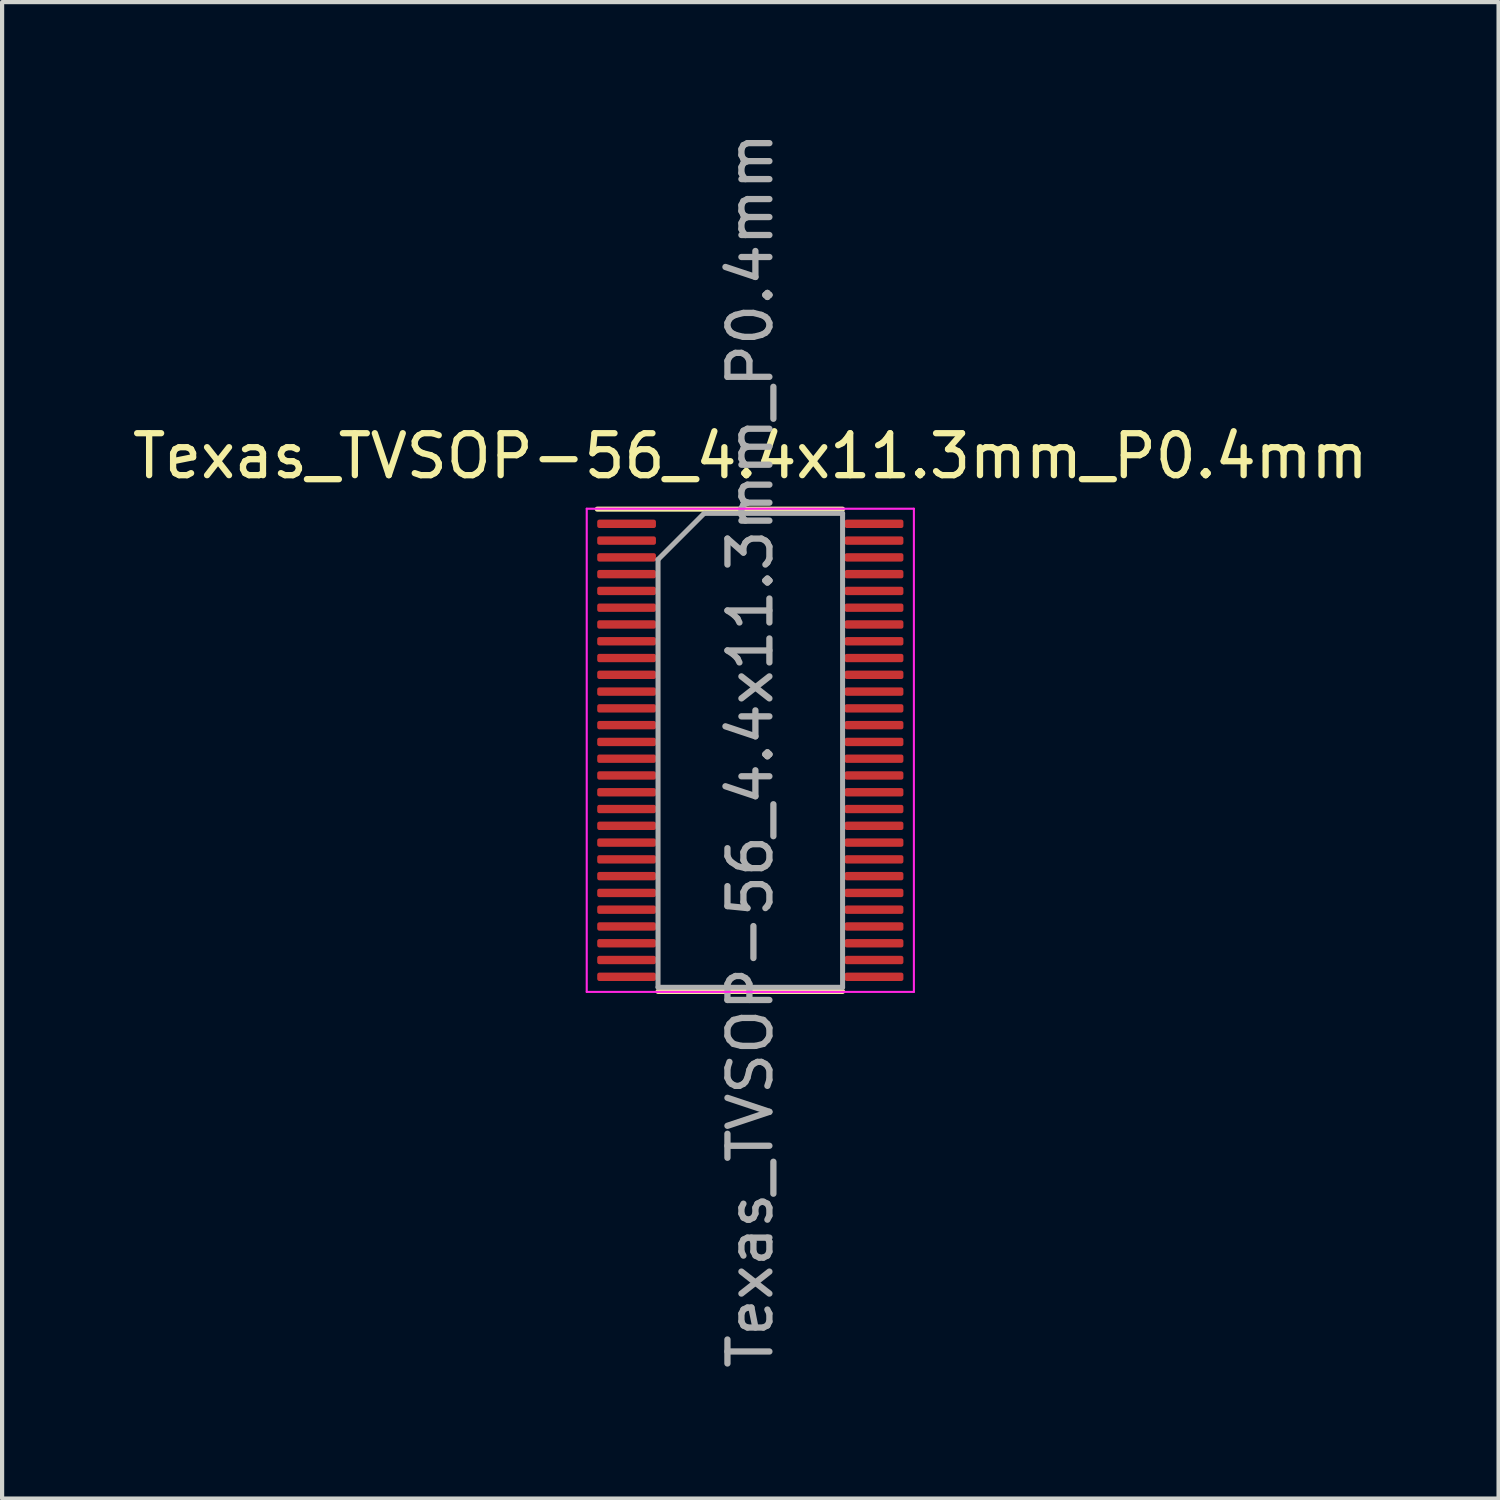
<source format=kicad_pcb>
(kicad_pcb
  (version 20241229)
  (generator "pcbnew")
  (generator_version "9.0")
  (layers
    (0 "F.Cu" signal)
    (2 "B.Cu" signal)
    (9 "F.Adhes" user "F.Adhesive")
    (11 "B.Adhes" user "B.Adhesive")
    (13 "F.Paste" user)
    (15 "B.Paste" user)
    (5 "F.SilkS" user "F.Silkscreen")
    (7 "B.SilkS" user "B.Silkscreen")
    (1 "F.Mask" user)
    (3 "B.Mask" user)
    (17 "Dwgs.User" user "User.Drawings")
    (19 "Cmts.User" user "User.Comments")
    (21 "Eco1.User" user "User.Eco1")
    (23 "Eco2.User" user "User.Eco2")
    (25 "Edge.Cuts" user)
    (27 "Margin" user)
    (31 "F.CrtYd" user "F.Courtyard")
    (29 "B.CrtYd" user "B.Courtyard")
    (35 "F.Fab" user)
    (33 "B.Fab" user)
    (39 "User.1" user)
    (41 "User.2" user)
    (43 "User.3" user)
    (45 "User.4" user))
  (footprint "Texas_TVSOP-56_4.4x11.3mm_P0.4mm"
    (layer "F.Cu")
    (at 14.839 14.839)
    (property "Reference" "Texas_TVSOP-56_4.4x11.3mm_P0.4mm" (at 0 -7.015 0) (layer "F.SilkS") (effects (font (size 1 1) (thickness 0.15))))
    (attr smd)
    (fp_line (start -3.65 -5.75) (end 2.2 -5.75) (stroke (width 0.12) (type solid)) (layer "F.SilkS"))
    (fp_line (start 2.2 5.75) (end -2.2 5.75) (stroke (width 0.12) (type solid)) (layer "F.SilkS"))
    (fp_line (start -3.9 -5.76) (end 3.9 -5.76) (stroke (width 0.05) (type solid)) (layer "F.CrtYd"))
    (fp_line (start -3.9 5.76) (end -3.9 -5.76) (stroke (width 0.05) (type solid)) (layer "F.CrtYd"))
    (fp_line (start 3.9 -5.76) (end 3.9 5.76) (stroke (width 0.05) (type solid)) (layer "F.CrtYd"))
    (fp_line (start 3.9 5.76) (end -3.9 5.76) (stroke (width 0.05) (type solid)) (layer "F.CrtYd"))
    (fp_line (start -2.2 -4.55) (end -1.1 -5.65) (stroke (width 0.12) (type solid)) (layer "F.Fab"))
    (fp_line (start -2.2 5.65) (end -2.2 -4.55) (stroke (width 0.12) (type solid)) (layer "F.Fab"))
    (fp_line (start -1.1 -5.65) (end 2.2 -5.65) (stroke (width 0.12) (type solid)) (layer "F.Fab"))
    (fp_line (start 2.2 -5.65) (end 2.2 5.65) (stroke (width 0.12) (type solid)) (layer "F.Fab"))
    (fp_line (start 2.2 5.65) (end -2.2 5.65) (stroke (width 0.12) (type solid)) (layer "F.Fab"))
    (fp_text user "${REFERENCE}" (at 0 0 270) (layer "F.Fab") (effects (font (size 1 1) (thickness 0.15))))
    (pad "1" smd roundrect (at -2.95 -5.4 270) (size 0.2 1.4) (layers "F.Cu" "F.Mask" "F.Paste") (roundrect_rratio 0.25))
    (pad "2" smd roundrect (at -2.95 -5 270) (size 0.2 1.4) (layers "F.Cu" "F.Mask" "F.Paste") (roundrect_rratio 0.25))
    (pad "3" smd roundrect (at -2.95 -4.6 270) (size 0.2 1.4) (layers "F.Cu" "F.Mask" "F.Paste") (roundrect_rratio 0.25))
    (pad "4" smd roundrect (at -2.95 -4.2 270) (size 0.2 1.4) (layers "F.Cu" "F.Mask" "F.Paste") (roundrect_rratio 0.25))
    (pad "5" smd roundrect (at -2.95 -3.8 270) (size 0.2 1.4) (layers "F.Cu" "F.Mask" "F.Paste") (roundrect_rratio 0.25))
    (pad "6" smd roundrect (at -2.95 -3.4 270) (size 0.2 1.4) (layers "F.Cu" "F.Mask" "F.Paste") (roundrect_rratio 0.25))
    (pad "7" smd roundrect (at -2.95 -3 270) (size 0.2 1.4) (layers "F.Cu" "F.Mask" "F.Paste") (roundrect_rratio 0.25))
    (pad "8" smd roundrect (at -2.95 -2.6 270) (size 0.2 1.4) (layers "F.Cu" "F.Mask" "F.Paste") (roundrect_rratio 0.25))
    (pad "9" smd roundrect (at -2.95 -2.2 270) (size 0.2 1.4) (layers "F.Cu" "F.Mask" "F.Paste") (roundrect_rratio 0.25))
    (pad "10" smd roundrect (at -2.95 -1.8 270) (size 0.2 1.4) (layers "F.Cu" "F.Mask" "F.Paste") (roundrect_rratio 0.25))
    (pad "11" smd roundrect (at -2.95 -1.4 270) (size 0.2 1.4) (layers "F.Cu" "F.Mask" "F.Paste") (roundrect_rratio 0.25))
    (pad "12" smd roundrect (at -2.95 -1 270) (size 0.2 1.4) (layers "F.Cu" "F.Mask" "F.Paste") (roundrect_rratio 0.25))
    (pad "13" smd roundrect (at -2.95 -0.6 270) (size 0.2 1.4) (layers "F.Cu" "F.Mask" "F.Paste") (roundrect_rratio 0.25))
    (pad "14" smd roundrect (at -2.95 -0.2 270) (size 0.2 1.4) (layers "F.Cu" "F.Mask" "F.Paste") (roundrect_rratio 0.25))
    (pad "15" smd roundrect (at -2.95 0.2 270) (size 0.2 1.4) (layers "F.Cu" "F.Mask" "F.Paste") (roundrect_rratio 0.25))
    (pad "16" smd roundrect (at -2.95 0.6 270) (size 0.2 1.4) (layers "F.Cu" "F.Mask" "F.Paste") (roundrect_rratio 0.25))
    (pad "17" smd roundrect (at -2.95 1 270) (size 0.2 1.4) (layers "F.Cu" "F.Mask" "F.Paste") (roundrect_rratio 0.25))
    (pad "18" smd roundrect (at -2.95 1.4 270) (size 0.2 1.4) (layers "F.Cu" "F.Mask" "F.Paste") (roundrect_rratio 0.25))
    (pad "19" smd roundrect (at -2.95 1.8 270) (size 0.2 1.4) (layers "F.Cu" "F.Mask" "F.Paste") (roundrect_rratio 0.25))
    (pad "20" smd roundrect (at -2.95 2.2 270) (size 0.2 1.4) (layers "F.Cu" "F.Mask" "F.Paste") (roundrect_rratio 0.25))
    (pad "21" smd roundrect (at -2.95 2.6 270) (size 0.2 1.4) (layers "F.Cu" "F.Mask" "F.Paste") (roundrect_rratio 0.25))
    (pad "22" smd roundrect (at -2.95 3 270) (size 0.2 1.4) (layers "F.Cu" "F.Mask" "F.Paste") (roundrect_rratio 0.25))
    (pad "23" smd roundrect (at -2.95 3.4 270) (size 0.2 1.4) (layers "F.Cu" "F.Mask" "F.Paste") (roundrect_rratio 0.25))
    (pad "24" smd roundrect (at -2.95 3.8 270) (size 0.2 1.4) (layers "F.Cu" "F.Mask" "F.Paste") (roundrect_rratio 0.25))
    (pad "25" smd roundrect (at -2.95 4.2 270) (size 0.2 1.4) (layers "F.Cu" "F.Mask" "F.Paste") (roundrect_rratio 0.25))
    (pad "26" smd roundrect (at -2.95 4.6 270) (size 0.2 1.4) (layers "F.Cu" "F.Mask" "F.Paste") (roundrect_rratio 0.25))
    (pad "27" smd roundrect (at -2.95 5 270) (size 0.2 1.4) (layers "F.Cu" "F.Mask" "F.Paste") (roundrect_rratio 0.25))
    (pad "28" smd roundrect (at -2.95 5.4 270) (size 0.2 1.4) (layers "F.Cu" "F.Mask" "F.Paste") (roundrect_rratio 0.25))
    (pad "29" smd roundrect (at 2.95 5.4 270) (size 0.2 1.4) (layers "F.Cu" "F.Mask" "F.Paste") (roundrect_rratio 0.25))
    (pad "30" smd roundrect (at 2.95 5 270) (size 0.2 1.4) (layers "F.Cu" "F.Mask" "F.Paste") (roundrect_rratio 0.25))
    (pad "31" smd roundrect (at 2.95 4.6 270) (size 0.2 1.4) (layers "F.Cu" "F.Mask" "F.Paste") (roundrect_rratio 0.25))
    (pad "32" smd roundrect (at 2.95 4.2 270) (size 0.2 1.4) (layers "F.Cu" "F.Mask" "F.Paste") (roundrect_rratio 0.25))
    (pad "33" smd roundrect (at 2.95 3.8 270) (size 0.2 1.4) (layers "F.Cu" "F.Mask" "F.Paste") (roundrect_rratio 0.25))
    (pad "34" smd roundrect (at 2.95 3.4 270) (size 0.2 1.4) (layers "F.Cu" "F.Mask" "F.Paste") (roundrect_rratio 0.25))
    (pad "35" smd roundrect (at 2.95 3 270) (size 0.2 1.4) (layers "F.Cu" "F.Mask" "F.Paste") (roundrect_rratio 0.25))
    (pad "36" smd roundrect (at 2.95 2.6 270) (size 0.2 1.4) (layers "F.Cu" "F.Mask" "F.Paste") (roundrect_rratio 0.25))
    (pad "37" smd roundrect (at 2.95 2.2 270) (size 0.2 1.4) (layers "F.Cu" "F.Mask" "F.Paste") (roundrect_rratio 0.25))
    (pad "38" smd roundrect (at 2.95 1.8 270) (size 0.2 1.4) (layers "F.Cu" "F.Mask" "F.Paste") (roundrect_rratio 0.25))
    (pad "39" smd roundrect (at 2.95 1.4 270) (size 0.2 1.4) (layers "F.Cu" "F.Mask" "F.Paste") (roundrect_rratio 0.25))
    (pad "40" smd roundrect (at 2.95 1 270) (size 0.2 1.4) (layers "F.Cu" "F.Mask" "F.Paste") (roundrect_rratio 0.25))
    (pad "41" smd roundrect (at 2.95 0.6 270) (size 0.2 1.4) (layers "F.Cu" "F.Mask" "F.Paste") (roundrect_rratio 0.25))
    (pad "42" smd roundrect (at 2.95 0.2 270) (size 0.2 1.4) (layers "F.Cu" "F.Mask" "F.Paste") (roundrect_rratio 0.25))
    (pad "43" smd roundrect (at 2.95 -0.2 270) (size 0.2 1.4) (layers "F.Cu" "F.Mask" "F.Paste") (roundrect_rratio 0.25))
    (pad "44" smd roundrect (at 2.95 -0.6 270) (size 0.2 1.4) (layers "F.Cu" "F.Mask" "F.Paste") (roundrect_rratio 0.25))
    (pad "45" smd roundrect (at 2.95 -1 270) (size 0.2 1.4) (layers "F.Cu" "F.Mask" "F.Paste") (roundrect_rratio 0.25))
    (pad "46" smd roundrect (at 2.95 -1.4 270) (size 0.2 1.4) (layers "F.Cu" "F.Mask" "F.Paste") (roundrect_rratio 0.25))
    (pad "47" smd roundrect (at 2.95 -1.8 270) (size 0.2 1.4) (layers "F.Cu" "F.Mask" "F.Paste") (roundrect_rratio 0.25))
    (pad "48" smd roundrect (at 2.95 -2.2 270) (size 0.2 1.4) (layers "F.Cu" "F.Mask" "F.Paste") (roundrect_rratio 0.25))
    (pad "49" smd roundrect (at 2.95 -2.6 270) (size 0.2 1.4) (layers "F.Cu" "F.Mask" "F.Paste") (roundrect_rratio 0.25))
    (pad "50" smd roundrect (at 2.95 -3 270) (size 0.2 1.4) (layers "F.Cu" "F.Mask" "F.Paste") (roundrect_rratio 0.25))
    (pad "51" smd roundrect (at 2.95 -3.4 270) (size 0.2 1.4) (layers "F.Cu" "F.Mask" "F.Paste") (roundrect_rratio 0.25))
    (pad "52" smd roundrect (at 2.95 -3.8 270) (size 0.2 1.4) (layers "F.Cu" "F.Mask" "F.Paste") (roundrect_rratio 0.25))
    (pad "53" smd roundrect (at 2.95 -4.2 270) (size 0.2 1.4) (layers "F.Cu" "F.Mask" "F.Paste") (roundrect_rratio 0.25))
    (pad "54" smd roundrect (at 2.95 -4.6 270) (size 0.2 1.4) (layers "F.Cu" "F.Mask" "F.Paste") (roundrect_rratio 0.25))
    (pad "55" smd roundrect (at 2.95 -5 270) (size 0.2 1.4) (layers "F.Cu" "F.Mask" "F.Paste") (roundrect_rratio 0.25))
    (pad "56" smd roundrect (at 2.95 -5.4 270) (size 0.2 1.4) (layers "F.Cu" "F.Mask" "F.Paste") (roundrect_rratio 0.25)))
  (gr_rect
    (start -3 -3)
    (end 32.679 32.679)
    (stroke (width 0.1) (type default))
    (fill no)
    (layer "Edge.Cuts")))
</source>
